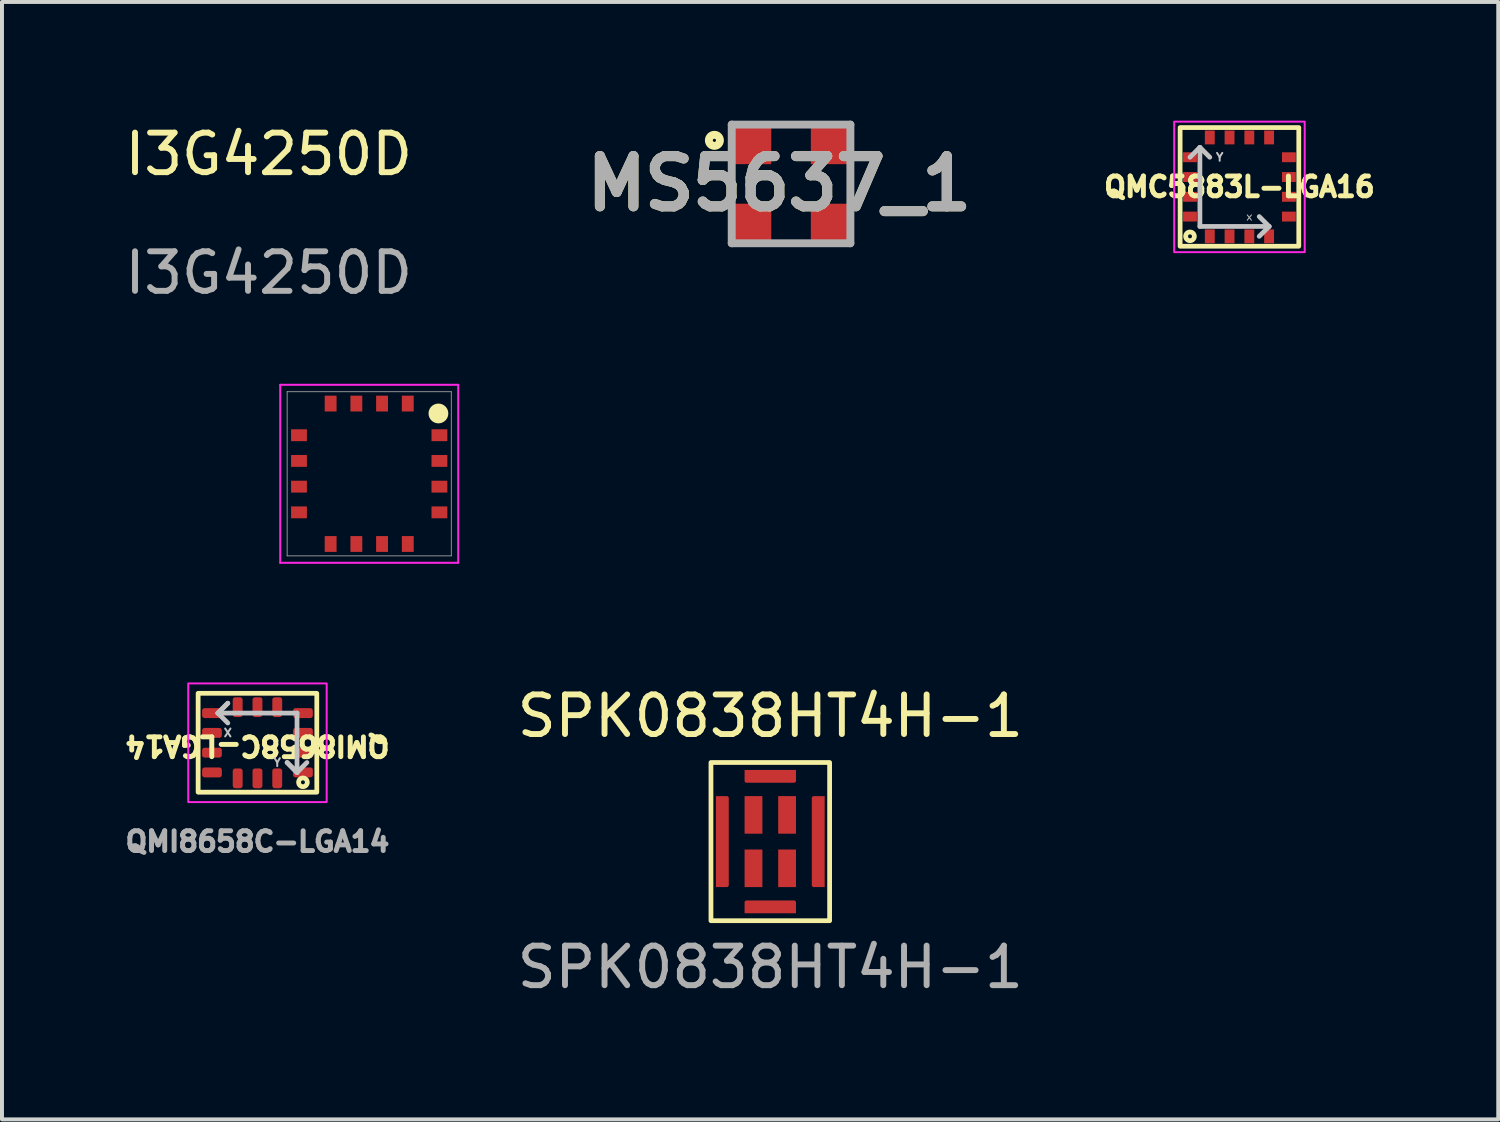
<source format=kicad_pcb>
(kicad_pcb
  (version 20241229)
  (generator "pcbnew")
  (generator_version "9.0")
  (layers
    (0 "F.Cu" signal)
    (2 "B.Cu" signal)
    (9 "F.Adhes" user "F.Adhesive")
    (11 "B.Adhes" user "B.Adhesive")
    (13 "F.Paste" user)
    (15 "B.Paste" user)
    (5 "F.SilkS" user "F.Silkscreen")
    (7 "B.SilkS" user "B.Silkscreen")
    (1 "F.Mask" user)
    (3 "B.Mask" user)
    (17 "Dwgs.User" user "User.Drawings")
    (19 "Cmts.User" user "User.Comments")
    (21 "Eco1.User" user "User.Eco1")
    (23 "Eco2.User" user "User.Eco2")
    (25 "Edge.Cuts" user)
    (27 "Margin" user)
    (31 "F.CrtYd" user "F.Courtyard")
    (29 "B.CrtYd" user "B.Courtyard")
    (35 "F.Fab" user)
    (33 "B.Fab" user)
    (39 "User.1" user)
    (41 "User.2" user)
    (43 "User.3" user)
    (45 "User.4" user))
  (footprint "SPK0838HT4H-1"
    (layer "F.Cu")
    (at 16.424 18.227)
    (property "Reference" "SPK0838HT4H-1" (at 0 -3.175 0) (unlocked yes) (layer "F.SilkS") (effects (font (size 1 1) (thickness 0.15))))
    (attr smd)
    (fp_rect (start 1.5 2) (end -1.5 -2) (stroke (width 0.12) (type solid)) (fill no) (layer "F.SilkS"))
    (fp_text user "${REFERENCE}" (at 0 3.175 0) (unlocked yes) (layer "F.Fab") (effects (font (size 1 1) (thickness 0.15))))
    (pad "1" smd rect (at -0.425 0.675 270) (size 0.95 0.45) (layers "F.Cu" "F.Mask" "F.Paste"))
    (pad "2" smd rect (at -0.425 -0.675 270) (size 0.95 0.45) (layers "F.Cu" "F.Mask" "F.Paste"))
    (pad "3" smd rect (at 0.425 -0.675 90) (size 0.95 0.45) (layers "F.Cu" "F.Mask" "F.Paste"))
    (pad "4" smd rect (at 0.425 0.675 90) (size 0.95 0.45) (layers "F.Cu" "F.Mask" "F.Paste"))
    (pad "5" smd roundrect (at -1.212 0 270) (size 2.3 0.325) (layers "F.Cu" "F.Mask" "F.Paste") (roundrect_rratio 0) (chamfer_ratio 0.1) (chamfer top_left top_right))
    (pad "5" smd roundrect (at 0 -1.65 180) (size 1.3 0.325) (layers "F.Cu" "F.Mask" "F.Paste") (roundrect_rratio 0) (chamfer_ratio 0.1) (chamfer top_left top_right))
    (pad "5" smd roundrect (at 0 1.65) (size 1.3 0.325) (layers "F.Cu" "F.Mask" "F.Paste") (roundrect_rratio 0) (chamfer_ratio 0.1) (chamfer top_left top_right))
    (pad "5" smd roundrect (at 1.212 0 90) (size 2.3 0.325) (layers "F.Cu" "F.Mask" "F.Paste") (roundrect_rratio 0) (chamfer_ratio 0.1) (chamfer top_left top_right)))
  (footprint "QMC5883L-LGA16"
    (layer "F.Cu")
    (at 28.285 1.675)
    (property "Reference" "QMC5883L-LGA16" (at 0 0 180) (layer "F.SilkS") (effects (font (size 0.5 0.5) (thickness 0.127))))
    (attr smd)
    (fp_rect (start -1.5 -1.5) (end 1.5 1.5) (stroke (width 0.12) (type solid)) (fill no) (layer "F.SilkS"))
    (fp_circle (center -1.25 1.25) (end -1.2 1.25) (stroke (width 0.12) (type solid)) (fill no) (layer "F.SilkS"))
    (fp_line (start -1.25 -0.75) (end -1 -1) (stroke (width 0.12) (type solid)) (layer "Dwgs.User"))
    (fp_line (start -1 1) (end -1 -1) (stroke (width 0.12) (type solid)) (layer "Dwgs.User"))
    (fp_line (start -1 1) (end 0.75 1) (stroke (width 0.12) (type solid)) (layer "Dwgs.User"))
    (fp_line (start -0.75 -0.75) (end -1 -1) (stroke (width 0.12) (type solid)) (layer "Dwgs.User"))
    (fp_line (start 0.75 1) (end 0.5 0.75) (stroke (width 0.12) (type solid)) (layer "Dwgs.User"))
    (fp_line (start 0.75 1) (end 0.5 1.25) (stroke (width 0.12) (type solid)) (layer "Dwgs.User"))
    (fp_rect (start -1.65 -1.65) (end 1.65 1.65) (stroke (width 0.05) (type solid)) (fill no) (layer "F.CrtYd"))
    (fp_text user "Y" (at -0.5 -0.75 0) (unlocked yes) (layer "Dwgs.User") (effects (font (size 0.2 0.2) (thickness 0.05))))
    (fp_text user "x" (at 0.25 0.75 0) (unlocked yes) (layer "Dwgs.User") (effects (font (size 0.2 0.2) (thickness 0.025))))
    (pad "1" smd rect (at -0.75 1.25) (size 0.25 0.35) (layers "F.Cu" "F.Mask" "F.Paste"))
    (pad "2" smd rect (at -0.25 1.25) (size 0.25 0.35) (layers "F.Cu" "F.Mask" "F.Paste"))
    (pad "3" smd rect (at 0.25 1.25) (size 0.25 0.35) (layers "F.Cu" "F.Mask" "F.Paste"))
    (pad "4" smd rect (at 0.75 1.25) (size 0.25 0.35) (layers "F.Cu" "F.Mask" "F.Paste"))
    (pad "5" smd rect (at 1.25 0.75 90) (size 0.25 0.35) (layers "F.Cu" "F.Mask" "F.Paste"))
    (pad "6" smd rect (at 1.25 0.25 90) (size 0.25 0.35) (layers "F.Cu" "F.Mask" "F.Paste"))
    (pad "7" smd rect (at 1.25 -0.25 90) (size 0.25 0.35) (layers "F.Cu" "F.Mask" "F.Paste"))
    (pad "8" smd rect (at 1.25 -0.75 90) (size 0.25 0.35) (layers "F.Cu" "F.Mask" "F.Paste"))
    (pad "9" smd rect (at 0.75 -1.25 180) (size 0.25 0.35) (layers "F.Cu" "F.Mask" "F.Paste"))
    (pad "10" smd rect (at 0.25 -1.25 180) (size 0.25 0.35) (layers "F.Cu" "F.Mask" "F.Paste"))
    (pad "11" smd rect (at -0.25 -1.25 180) (size 0.25 0.35) (layers "F.Cu" "F.Mask" "F.Paste"))
    (pad "12" smd rect (at -0.75 -1.25 180) (size 0.25 0.35) (layers "F.Cu" "F.Mask" "F.Paste"))
    (pad "13" smd rect (at -1.25 -0.75 270) (size 0.25 0.35) (layers "F.Cu" "F.Mask" "F.Paste"))
    (pad "14" smd rect (at -1.25 -0.25 270) (size 0.25 0.35) (layers "F.Cu" "F.Mask" "F.Paste"))
    (pad "15" smd rect (at -1.25 0.25 270) (size 0.25 0.35) (layers "F.Cu" "F.Mask" "F.Paste"))
    (pad "16" smd rect (at -1.25 0.75 270) (size 0.25 0.35) (layers "F.Cu" "F.Mask" "F.Paste")))
  (footprint "QMI8658C-LGA14"
    (layer "F.Cu")
    (at 3.459 15.728)
    (property "Reference" "QMI8658C-LGA14" (at 0 0.076 180) (unlocked yes) (layer "F.SilkS") (effects (font (size 0.5 0.5) (thickness 0.15))))
    (attr smd)
    (fp_rect (start -1.5 -1.25) (end 1.5 1.25) (stroke (width 0.12) (type solid)) (fill no) (layer "F.SilkS"))
    (fp_circle (center 1.15 1) (end 1.2 1) (stroke (width 0.12) (type solid)) (fill no) (layer "F.SilkS"))
    (fp_line (start -1 -0.75) (end -0.75 -1) (stroke (width 0.12) (type solid)) (layer "Dwgs.User"))
    (fp_line (start -1 -0.75) (end -0.75 -0.5) (stroke (width 0.12) (type solid)) (layer "Dwgs.User"))
    (fp_line (start -0.75 -1) (end -1 -0.75) (stroke (width 0.12) (type solid)) (layer "Dwgs.User"))
    (fp_line (start 0.75 0.5) (end 1 0.75) (stroke (width 0.12) (type solid)) (layer "Dwgs.User"))
    (fp_line (start 1 -0.75) (end -1 -0.75) (stroke (width 0.12) (type solid)) (layer "Dwgs.User"))
    (fp_line (start 1 -0.75) (end 1 0.75) (stroke (width 0.12) (type solid)) (layer "Dwgs.User"))
    (fp_line (start 1 0.75) (end 0.75 0.5) (stroke (width 0.12) (type solid)) (layer "Dwgs.User"))
    (fp_line (start 1 0.75) (end 1.25 0.5) (stroke (width 0.12) (type solid)) (layer "Dwgs.User"))
    (fp_rect (start -1.75 -1.5) (end 1.75 1.5) (stroke (width 0.05) (type solid)) (fill no) (layer "F.CrtYd"))
    (fp_text user "X" (at -0.75 -0.25 0) (unlocked yes) (layer "Dwgs.User") (effects (font (size 0.2 0.2) (thickness 0.05))))
    (fp_text user "Y" (at 0.5 0.5 0) (unlocked yes) (layer "Dwgs.User") (effects (font (size 0.2 0.2) (thickness 0.05))))
    (fp_text user "${REFERENCE}" (at 0 2.5 0) (unlocked yes) (layer "F.Fab") (effects (font (size 0.5 0.5) (thickness 0.15))))
    (pad "1" smd roundrect (at 1.15 0.75 270) (size 0.25 0.5) (layers "F.Cu" "F.Mask" "F.Paste") (roundrect_rratio 0.25))
    (pad "2" smd roundrect (at 1.15 0.25 270) (size 0.25 0.5) (layers "F.Cu" "F.Mask" "F.Paste") (roundrect_rratio 0.25))
    (pad "3" smd roundrect (at 1.15 -0.25 270) (size 0.25 0.5) (layers "F.Cu" "F.Mask" "F.Paste") (roundrect_rratio 0.25))
    (pad "4" smd roundrect (at 1.15 -0.75 270) (size 0.25 0.5) (layers "F.Cu" "F.Mask" "F.Paste") (roundrect_rratio 0.25))
    (pad "5" smd roundrect (at 0.5 -0.9) (size 0.25 0.5) (layers "F.Cu" "F.Mask" "F.Paste") (roundrect_rratio 0.25))
    (pad "6" smd roundrect (at 0 -0.9) (size 0.25 0.5) (layers "F.Cu" "F.Mask" "F.Paste") (roundrect_rratio 0.25))
    (pad "7" smd roundrect (at -0.5 -0.9) (size 0.25 0.5) (layers "F.Cu" "F.Mask" "F.Paste") (roundrect_rratio 0.25))
    (pad "8" smd roundrect (at -1.15 -0.75 90) (size 0.25 0.5) (layers "F.Cu" "F.Mask" "F.Paste") (roundrect_rratio 0.25))
    (pad "9" smd roundrect (at -1.15 -0.25 90) (size 0.25 0.5) (layers "F.Cu" "F.Mask" "F.Paste") (roundrect_rratio 0.25))
    (pad "10" smd roundrect (at -1.15 0.25 90) (size 0.25 0.5) (layers "F.Cu" "F.Mask" "F.Paste") (roundrect_rratio 0.25))
    (pad "11" smd roundrect (at -1.15 0.75 90) (size 0.25 0.5) (layers "F.Cu" "F.Mask" "F.Paste") (roundrect_rratio 0.25))
    (pad "12" smd roundrect (at -0.5 0.9 180) (size 0.25 0.5) (layers "F.Cu" "F.Mask" "F.Paste") (roundrect_rratio 0.25))
    (pad "13" smd roundrect (at 0 0.9 180) (size 0.25 0.5) (layers "F.Cu" "F.Mask" "F.Paste") (roundrect_rratio 0.25))
    (pad "14" smd roundrect (at 0.5 0.9 180) (size 0.25 0.5) (layers "F.Cu" "F.Mask" "F.Paste") (roundrect_rratio 0.25)))
  (footprint "MS5637_1"
    (layer "F.Cu")
    (at 16.949 1.6)
    (property "Reference" "MS5637_1" (at -0.297 -0.008 0) (layer "F.SilkS") (effects (font (size 1.27 1.27) (thickness 0.254))))
    (attr smd)
    (fp_circle (center -1.938 -1.102) (end -1.938 -1.062) (stroke (width 0.2) (type solid)) (fill no) (layer "F.SilkS"))
    (fp_line (start -1.5 -1.5) (end 1.5 -1.5) (stroke (width 0.2) (type solid)) (layer "F.Fab"))
    (fp_line (start -1.5 1.5) (end -1.5 -1.5) (stroke (width 0.2) (type solid)) (layer "F.Fab"))
    (fp_line (start 1.5 -1.5) (end 1.5 1.5) (stroke (width 0.2) (type solid)) (layer "F.Fab"))
    (fp_line (start 1.5 1.5) (end -1.5 1.5) (stroke (width 0.2) (type solid)) (layer "F.Fab"))
    (fp_text user "${REFERENCE}" (at -0.297 -0.008 0) (layer "F.Fab") (effects (font (size 1.27 1.27) (thickness 0.254))))
    (pad "1" smd rect (at -1 -1 90) (size 1 1) (layers "F.Cu" "F.Mask" "F.Paste"))
    (pad "2" smd rect (at -1 1 90) (size 1 1) (layers "F.Cu" "F.Mask" "F.Paste"))
    (pad "3" smd rect (at 1 1 90) (size 1 1) (layers "F.Cu" "F.Mask" "F.Paste"))
    (pad "4" smd rect (at 1 -1 90) (size 1 1) (layers "F.Cu" "F.Mask" "F.Paste")))
  (footprint "I3G4250D"
    (layer "F.Cu")
    (at 6.284 8.928)
    (property "Reference" "I3G4250D" (at -2.54 -8.08 0) (unlocked yes) (layer "F.SilkS") (effects (font (size 1 1) (thickness 0.15))))
    (attr smd)
    (fp_circle (center 1.75 -1.525) (end 1.9 -1.525) (stroke (width 0.2) (type solid)) (fill yes) (layer "F.SilkS"))
    (fp_line (start -2.25 -2.25) (end 2.25 -2.25) (stroke (width 0.05) (type solid)) (layer "F.CrtYd"))
    (fp_line (start -2.25 2.25) (end -2.25 -2.25) (stroke (width 0.05) (type solid)) (layer "F.CrtYd"))
    (fp_line (start -2.25 2.25) (end 2.25 2.25) (stroke (width 0.05) (type solid)) (layer "F.CrtYd"))
    (fp_line (start 2.25 -2.25) (end 2.25 2.25) (stroke (width 0.05) (type solid)) (layer "F.CrtYd"))
    (fp_line (start -2.075 -2.075) (end 2.075 -2.075) (stroke (width 0.02) (type solid)) (layer "F.Fab"))
    (fp_line (start -2.075 2.075) (end -2.075 -2.075) (stroke (width 0.02) (type solid)) (layer "F.Fab"))
    (fp_line (start 2.075 -2.075) (end 2.075 2.075) (stroke (width 0.02) (type solid)) (layer "F.Fab"))
    (fp_line (start 2.075 2.075) (end -2.075 2.075) (stroke (width 0.02) (type solid)) (layer "F.Fab"))
    (fp_text user "${REFERENCE}" (at -2.54 -5.08 0) (unlocked yes) (layer "F.Fab") (effects (font (size 1 1) (thickness 0.15))))
    (pad "1" smd rect (at 1.775 -0.975) (size 0.4 0.3) (layers "F.Cu" "F.Mask" "F.Paste"))
    (pad "2" smd rect (at 1.775 -0.325) (size 0.4 0.3) (layers "F.Cu" "F.Mask" "F.Paste"))
    (pad "3" smd rect (at 1.775 0.325) (size 0.4 0.3) (layers "F.Cu" "F.Mask" "F.Paste"))
    (pad "4" smd rect (at 1.775 0.975) (size 0.4 0.3) (layers "F.Cu" "F.Mask" "F.Paste"))
    (pad "5" smd rect (at 0.975 1.775) (size 0.3 0.4) (layers "F.Cu" "F.Mask" "F.Paste"))
    (pad "6" smd rect (at 0.325 1.775) (size 0.3 0.4) (layers "F.Cu" "F.Mask" "F.Paste"))
    (pad "7" smd rect (at -0.325 1.775) (size 0.3 0.4) (layers "F.Cu" "F.Mask" "F.Paste"))
    (pad "8" smd rect (at -0.975 1.775) (size 0.3 0.4) (layers "F.Cu" "F.Mask" "F.Paste"))
    (pad "9" smd rect (at -1.775 0.975) (size 0.4 0.3) (layers "F.Cu" "F.Mask" "F.Paste"))
    (pad "10" smd rect (at -1.775 0.325) (size 0.4 0.3) (layers "F.Cu" "F.Mask" "F.Paste"))
    (pad "11" smd rect (at -1.775 -0.325) (size 0.4 0.3) (layers "F.Cu" "F.Mask" "F.Paste"))
    (pad "12" smd rect (at -1.775 -0.975) (size 0.4 0.3) (layers "F.Cu" "F.Mask" "F.Paste"))
    (pad "13" smd rect (at -0.975 -1.775) (size 0.3 0.4) (layers "F.Cu" "F.Mask" "F.Paste"))
    (pad "14" smd rect (at -0.325 -1.775) (size 0.3 0.4) (layers "F.Cu" "F.Mask" "F.Paste"))
    (pad "15" smd rect (at 0.325 -1.775) (size 0.3 0.4) (layers "F.Cu" "F.Mask" "F.Paste"))
    (pad "16" smd rect (at 0.975 -1.775) (size 0.3 0.4) (layers "F.Cu" "F.Mask" "F.Paste")))
  (gr_rect
    (start -3 -3)
    (end 34.828 25.25)
    (stroke (width 0.1) (type default))
    (fill no)
    (layer "Edge.Cuts")))
</source>
